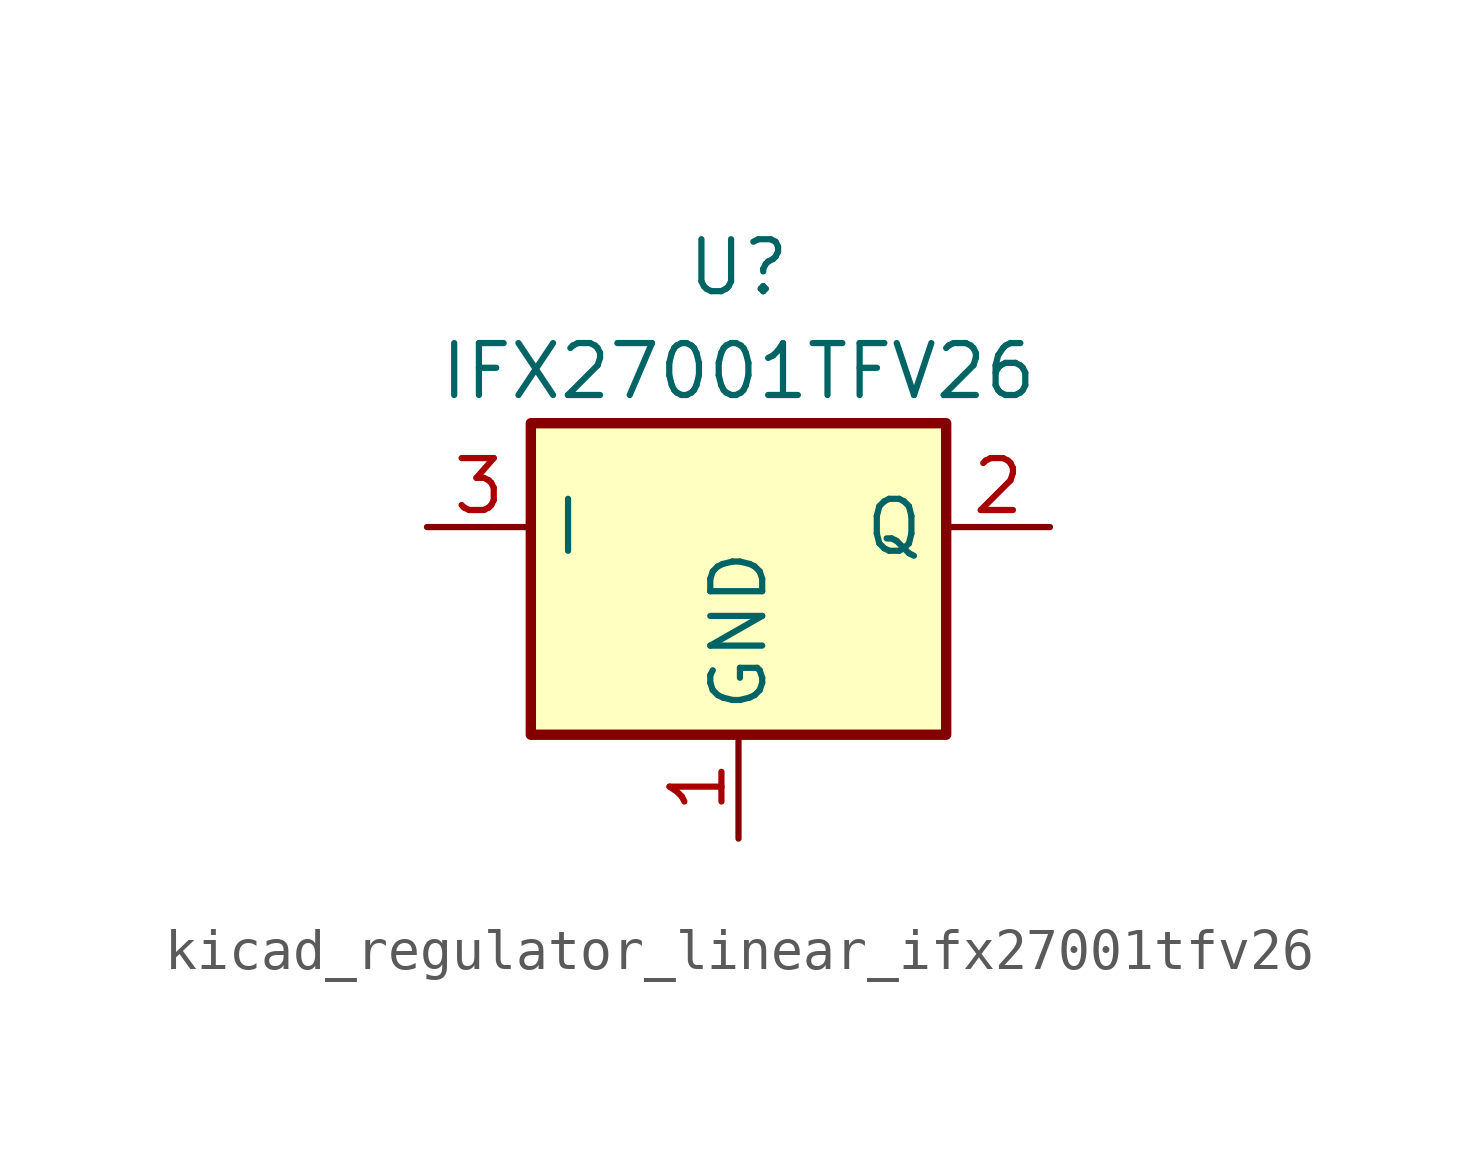
<source format=kicad_sym>
(kicad_symbol_lib
  (version 20220914)
  (generator kicad_symbol_editor)
  (symbol "kicad_regulator_linear_ifx27001tfv26"
    (property "Reference" "U"
      (at 0 6.35 0)
      (effects (font (size 1.27 1.27))))
    (property "Value" "IFX27001TFV26"
      (at 0 3.81 0)
      (effects (font (size 1.27 1.27))))
    (symbol "kicad_regulator_linear_ifx27001tfv26_1_1"
      (rectangle (start -5.08 2.54) (end 5.08 -5.08) (stroke (width 0.254) (type default)) (fill (type background)))
      (pin power_in line (at 0 -7.62 90) (length 2.54) (name "GND" (effects (font (size 1.27 1.27)))) (number "1" (effects (font (size 1.27 1.27)))))
      (pin power_out line (at 7.62 0 180) (length 2.54) (name "Q" (effects (font (size 1.27 1.27)))) (number "2" (effects (font (size 1.27 1.27)))))
      (pin power_in line (at -7.62 0 0) (length 2.54) (name "I" (effects (font (size 1.27 1.27)))) (number "3" (effects (font (size 1.27 1.27))))))))
</source>
